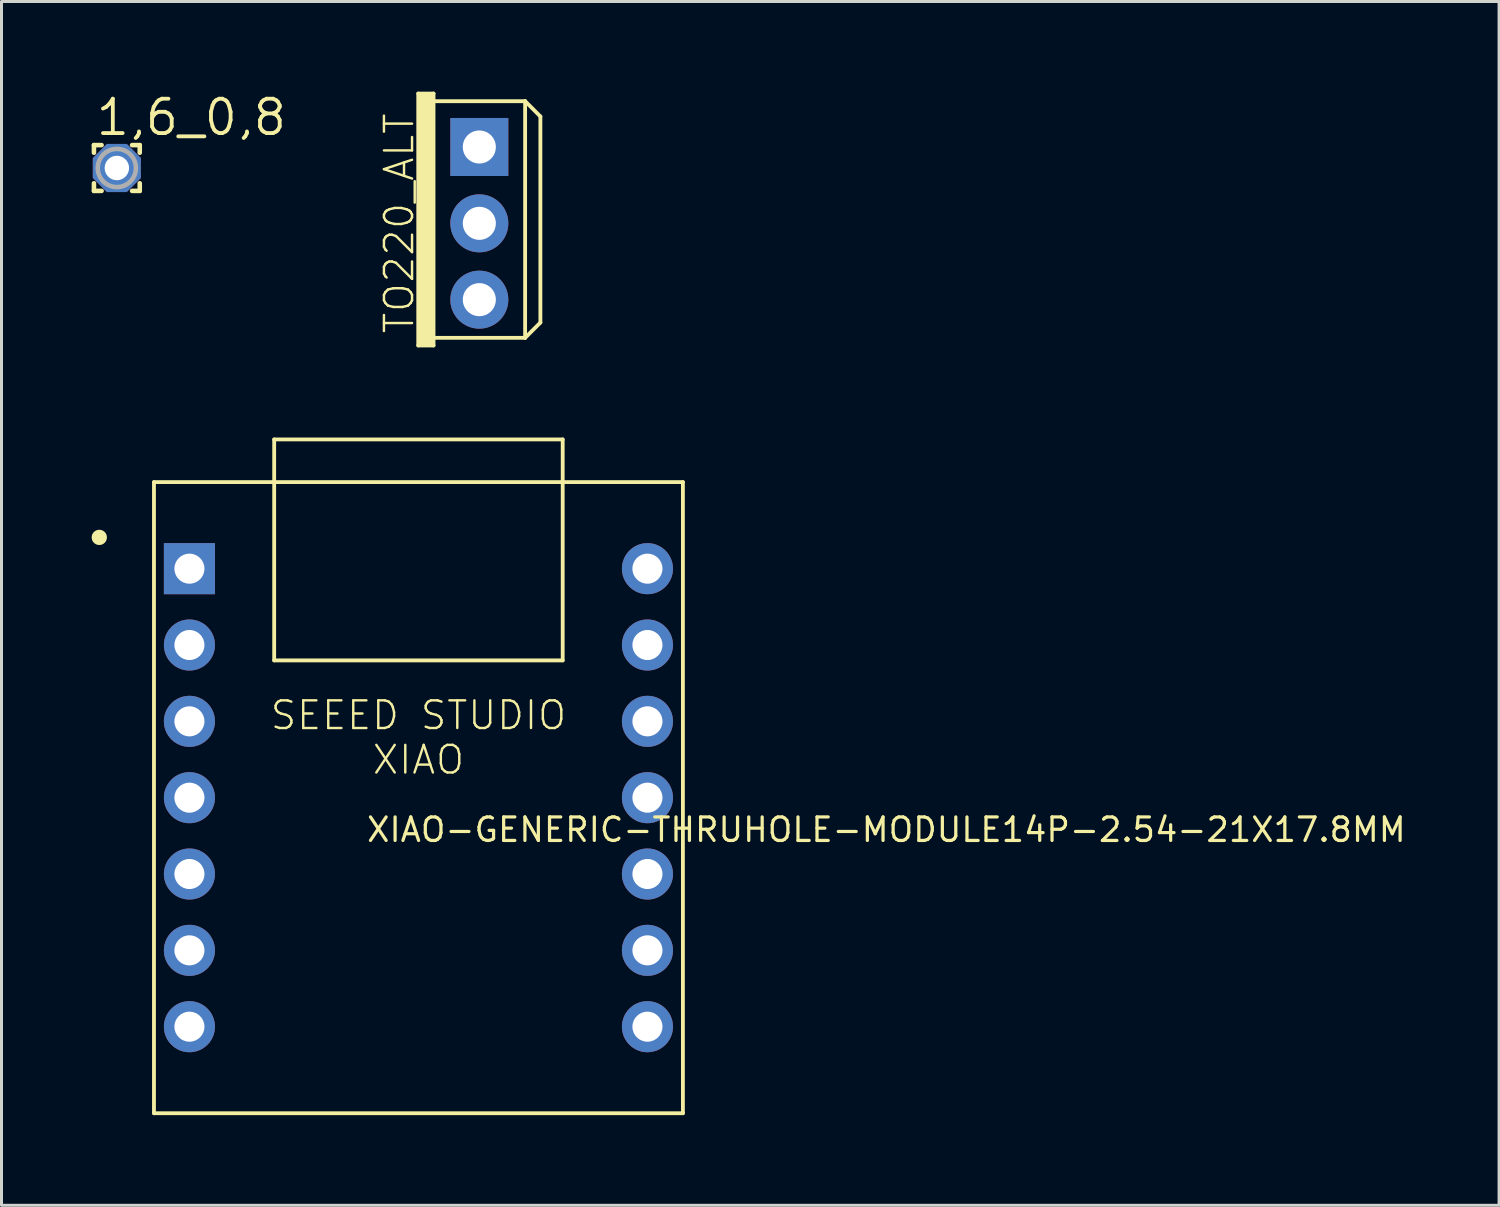
<source format=kicad_pcb>
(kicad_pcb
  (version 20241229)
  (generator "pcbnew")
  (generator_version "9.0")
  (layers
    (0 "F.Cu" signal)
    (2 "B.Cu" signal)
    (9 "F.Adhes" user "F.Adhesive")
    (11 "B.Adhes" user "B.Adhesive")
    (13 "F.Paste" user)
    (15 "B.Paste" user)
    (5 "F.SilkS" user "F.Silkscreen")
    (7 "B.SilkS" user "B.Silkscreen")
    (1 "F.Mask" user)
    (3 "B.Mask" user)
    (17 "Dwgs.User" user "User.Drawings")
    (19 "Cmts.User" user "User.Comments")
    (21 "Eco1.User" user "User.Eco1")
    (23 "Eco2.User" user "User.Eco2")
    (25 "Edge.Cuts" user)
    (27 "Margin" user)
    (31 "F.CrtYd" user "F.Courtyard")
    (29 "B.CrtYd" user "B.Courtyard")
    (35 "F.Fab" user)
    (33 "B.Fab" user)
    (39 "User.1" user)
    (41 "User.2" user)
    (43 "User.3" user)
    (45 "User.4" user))
  (footprint "TO220_ALT"
    (layer "F.Cu")
    (at 12.899 4.381)
    (property "Reference" "TO220_ALT" (at -2.667 0 90) (layer "F.SilkS") (effects (font (size 0.935 0.935) (thickness 0.081))))
    (fp_line (start -2.032 -4.318) (end -2.032 4.064) (stroke (width 0.127) (type solid)) (layer "F.SilkS"))
    (fp_line (start -2.032 4.064) (end -1.524 4.064) (stroke (width 0.127) (type solid)) (layer "F.SilkS"))
    (fp_line (start -1.524 -4.318) (end -2.032 -4.318) (stroke (width 0.127) (type solid)) (layer "F.SilkS"))
    (fp_line (start -1.524 -4.064) (end -1.524 -4.318) (stroke (width 0.127) (type solid)) (layer "F.SilkS"))
    (fp_line (start -1.524 3.81) (end -1.524 -4.064) (stroke (width 0.127) (type solid)) (layer "F.SilkS"))
    (fp_line (start -1.524 4.064) (end -1.524 3.81) (stroke (width 0.127) (type solid)) (layer "F.SilkS"))
    (fp_line (start 1.524 -4.064) (end -1.524 -4.064) (stroke (width 0.127) (type solid)) (layer "F.SilkS"))
    (fp_line (start 1.524 -4.064) (end 1.524 3.81) (stroke (width 0.127) (type solid)) (layer "F.SilkS"))
    (fp_line (start 1.524 -4.064) (end 2.032 -3.556) (stroke (width 0.127) (type solid)) (layer "F.SilkS"))
    (fp_line (start 1.524 3.81) (end -1.524 3.81) (stroke (width 0.127) (type solid)) (layer "F.SilkS"))
    (fp_line (start 2.032 -3.556) (end 2.032 3.302) (stroke (width 0.127) (type solid)) (layer "F.SilkS"))
    (fp_line (start 2.032 3.302) (end 1.524 3.81) (stroke (width 0.127) (type solid)) (layer "F.SilkS"))
    (fp_poly (pts (xy -2.032 4.064) (xy -1.524 4.064) (xy -1.524 -4.318) (xy -2.032 -4.318)) (stroke (width 0) (type solid)) (fill yes) (layer "F.SilkS"))
    (pad "1" thru_hole rect (at 0 -2.54) (size 1.93 1.93) (drill 1.1) (layers "*.Cu" "*.Mask"))
    (pad "2" thru_hole circle (at 0 0) (size 1.93 1.93) (drill 1.1) (layers "*.Cu" "*.Mask"))
    (pad "3" thru_hole circle (at 0 2.54) (size 1.93 1.93) (drill 1.1) (layers "*.Cu" "*.Mask")))
  (footprint "1,6_0,8"
    (layer "F.Cu")
    (at 0.838 2.54)
    (property "Reference" "1,6_0,8" (at -0.762 -1.016 0) (layer "F.SilkS") (effects (font (size 1.143 1.143) (thickness 0.127)) (justify left bottom)))
    (fp_line (start -0.762 -0.762) (end -0.762 -0.508) (stroke (width 0.152) (type solid)) (layer "F.SilkS"))
    (fp_line (start -0.762 -0.762) (end -0.508 -0.762) (stroke (width 0.152) (type solid)) (layer "F.SilkS"))
    (fp_line (start -0.762 0.762) (end -0.762 0.508) (stroke (width 0.152) (type solid)) (layer "F.SilkS"))
    (fp_line (start -0.508 0.762) (end -0.762 0.762) (stroke (width 0.152) (type solid)) (layer "F.SilkS"))
    (fp_line (start 0.762 -0.762) (end 0.508 -0.762) (stroke (width 0.152) (type solid)) (layer "F.SilkS"))
    (fp_line (start 0.762 -0.762) (end 0.762 -0.508) (stroke (width 0.152) (type solid)) (layer "F.SilkS"))
    (fp_line (start 0.762 0.508) (end 0.762 0.762) (stroke (width 0.152) (type solid)) (layer "F.SilkS"))
    (fp_line (start 0.762 0.762) (end 0.508 0.762) (stroke (width 0.152) (type solid)) (layer "F.SilkS"))
    (fp_circle (center 0 0) (end 0.635 0) (stroke (width 0.152) (type solid)) (fill no) (layer "F.Fab"))
    (pad "1" thru_hole roundrect (at 0 0) (size 1.6 1.6) (drill 0.813) (layers "*.Cu" "*.Mask") (roundrect_rratio 0.25) (chamfer_ratio 0.293) (chamfer top_left top_right bottom_left bottom_right)))
  (footprint "XIAO-GENERIC-THRUHOLE-MODULE14P-2.54-21X17.8MM"
    (layer "F.Cu")
    (at 10.873 23.492)
    (property "Reference" "XIAO-GENERIC-THRUHOLE-MODULE14P-2.54-21X17.8MM" (at -1.778 1.524 0) (layer "F.SilkS") (effects (font (size 0.782 0.782) (thickness 0.107)) (justify left bottom)))
    (fp_line (start -8.8 -10.5) (end -8.8 10.5) (stroke (width 0.127) (type solid)) (layer "F.SilkS"))
    (fp_line (start -8.8 10.5) (end 8.8 10.5) (stroke (width 0.127) (type solid)) (layer "F.SilkS"))
    (fp_line (start -4.8 -11.92) (end 4.8 -11.92) (stroke (width 0.127) (type solid)) (layer "F.SilkS"))
    (fp_line (start -4.8 -4.568) (end -4.8 -11.92) (stroke (width 0.127) (type solid)) (layer "F.SilkS"))
    (fp_line (start 4.8 -11.92) (end 4.8 -4.568) (stroke (width 0.127) (type solid)) (layer "F.SilkS"))
    (fp_line (start 4.8 -4.568) (end -4.8 -4.568) (stroke (width 0.127) (type solid)) (layer "F.SilkS"))
    (fp_line (start 8.8 -10.5) (end -8.8 -10.5) (stroke (width 0.127) (type solid)) (layer "F.SilkS"))
    (fp_line (start 8.8 10.5) (end 8.8 -10.5) (stroke (width 0.127) (type solid)) (layer "F.SilkS"))
    (fp_circle (center -10.619 -8.661) (end -10.492 -8.661) (stroke (width 0.254) (type solid)) (fill yes) (layer "F.SilkS"))
    (fp_text user "SEEED STUDIO\nXIAO" (at 0 -2 0) (layer "F.SilkS") (effects (font (size 0.92 0.92) (thickness 0.08))))
    (pad "1" thru_hole rect (at -7.62 -7.62) (size 1.7 1.7) (drill 1) (layers "*.Cu" "*.Mask"))
    (pad "2" thru_hole circle (at -7.62 -5.08) (size 1.7 1.7) (drill 1) (layers "*.Cu" "*.Mask"))
    (pad "3" thru_hole circle (at -7.62 -2.54) (size 1.7 1.7) (drill 1) (layers "*.Cu" "*.Mask"))
    (pad "4" thru_hole circle (at -7.62 0) (size 1.7 1.7) (drill 1) (layers "*.Cu" "*.Mask"))
    (pad "5" thru_hole circle (at -7.62 2.54) (size 1.7 1.7) (drill 1) (layers "*.Cu" "*.Mask"))
    (pad "6" thru_hole circle (at -7.62 5.08) (size 1.7 1.7) (drill 1) (layers "*.Cu" "*.Mask"))
    (pad "7" thru_hole circle (at -7.62 7.62) (size 1.7 1.7) (drill 1) (layers "*.Cu" "*.Mask"))
    (pad "8" thru_hole circle (at 7.62 7.62) (size 1.7 1.7) (drill 1) (layers "*.Cu" "*.Mask"))
    (pad "9" thru_hole circle (at 7.62 5.08) (size 1.7 1.7) (drill 1) (layers "*.Cu" "*.Mask"))
    (pad "10" thru_hole circle (at 7.62 2.54) (size 1.7 1.7) (drill 1) (layers "*.Cu" "*.Mask"))
    (pad "11" thru_hole circle (at 7.62 0) (size 1.7 1.7) (drill 1) (layers "*.Cu" "*.Mask"))
    (pad "12" thru_hole circle (at 7.62 -2.54) (size 1.7 1.7) (drill 1) (layers "*.Cu" "*.Mask"))
    (pad "13" thru_hole circle (at 7.62 -5.08) (size 1.7 1.7) (drill 1) (layers "*.Cu" "*.Mask"))
    (pad "14" thru_hole circle (at 7.62 -7.62) (size 1.7 1.7) (drill 1) (layers "*.Cu" "*.Mask")))
  (gr_rect
    (start -3 -3)
    (end 46.83 37.056)
    (stroke (width 0.1) (type default))
    (fill no)
    (layer "Edge.Cuts")))
</source>
